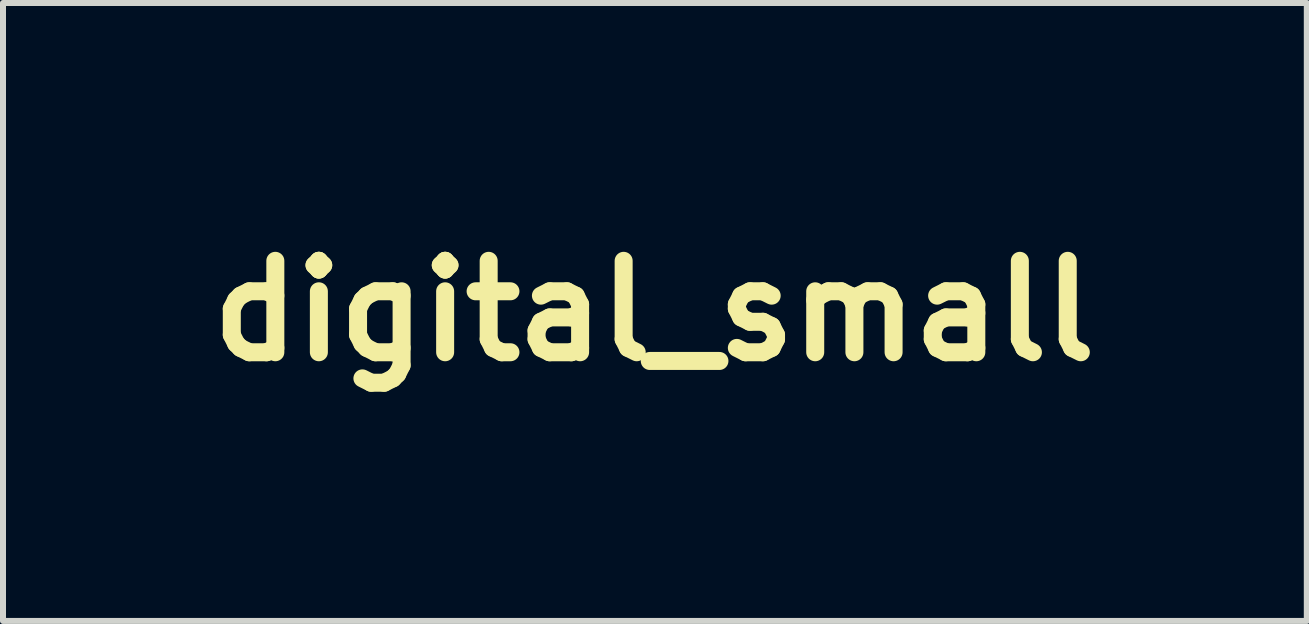
<source format=kicad_pcb>
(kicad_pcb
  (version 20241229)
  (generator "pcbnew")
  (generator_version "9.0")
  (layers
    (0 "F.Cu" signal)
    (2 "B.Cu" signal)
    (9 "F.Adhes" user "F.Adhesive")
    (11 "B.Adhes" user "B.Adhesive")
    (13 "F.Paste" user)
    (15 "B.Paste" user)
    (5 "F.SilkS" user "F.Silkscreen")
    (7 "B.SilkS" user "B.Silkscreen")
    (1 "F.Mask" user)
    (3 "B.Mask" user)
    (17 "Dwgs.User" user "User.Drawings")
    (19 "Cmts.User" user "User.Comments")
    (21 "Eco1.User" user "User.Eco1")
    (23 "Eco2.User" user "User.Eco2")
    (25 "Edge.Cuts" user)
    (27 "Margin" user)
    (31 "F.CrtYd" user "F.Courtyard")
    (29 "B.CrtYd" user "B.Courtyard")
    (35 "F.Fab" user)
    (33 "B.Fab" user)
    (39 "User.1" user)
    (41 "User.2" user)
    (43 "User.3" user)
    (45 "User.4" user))
  (footprint "digital_small"
    (layer "F.Cu")
    (at 7.853 2.132)
    (property "Reference" "digital_small" (at 0 0 0) (layer "F.SilkS") (effects (font (size 1.524 1.524) (thickness 0.3))))
    (attr through_hole)
    (fp_poly (pts (xy 6.887 -2.117) (xy 7.874 -2.108) (xy 7.874 2.144) (xy 6.887 2.153) (xy 5.901 2.163) (xy 5.901 -1.117) (xy 6.682 -1.117) (xy 6.682 1.297) (xy 7.073 1.297) (xy 7.073 -1.117) (xy 6.682 -1.117) (xy 5.901 -1.117) (xy 5.901 -2.127) (xy 6.887 -2.117)) (stroke (width 0.01) (type solid)) (fill yes) (layer "F.Mask"))
    (fp_poly (pts (xy 4.86 0.507) (xy 4.872 0.526) (xy 4.882 0.636) (xy 4.843 0.763) (xy 4.765 0.879) (xy 4.724 0.917) (xy 4.608 0.979) (xy 4.481 1.008) (xy 4.369 1) (xy 4.308 0.964) (xy 4.245 0.849) (xy 4.256 0.741) (xy 4.338 0.645) (xy 4.488 0.567) (xy 4.623 0.527) (xy 4.752 0.499) (xy 4.825 0.493) (xy 4.86 0.507)) (stroke (width 0.01) (type solid)) (fill yes) (layer "F.Mask"))
    (fp_poly (pts (xy -3.595 2.162) (xy -5.549 2.162) (xy -5.549 -0.396) (xy -4.767 -0.396) (xy -4.767 1.297) (xy -4.377 1.297) (xy -4.377 -0.396) (xy -4.767 -0.396) (xy -5.549 -0.396) (xy -5.549 -0.649) (xy -4.771 -0.649) (xy -4.373 -0.649) (xy -4.384 -0.856) (xy -4.396 -1.063) (xy -4.748 -1.063) (xy -4.76 -0.856) (xy -4.771 -0.649) (xy -5.549 -0.649) (xy -5.549 -2.126) (xy -3.595 -2.126) (xy -3.595 2.162)) (stroke (width 0.01) (type solid)) (fill yes) (layer "F.Mask"))
    (fp_poly (pts (xy 0.996 -2.108) (xy 0.996 2.144) (xy -0.977 2.163) (xy -0.977 -0.396) (xy -0.195 -0.396) (xy -0.195 1.297) (xy 0.234 1.297) (xy 0.234 -0.396) (xy -0.195 -0.396) (xy -0.977 -0.396) (xy -0.977 -0.649) (xy -0.199 -0.649) (xy 0.238 -0.649) (xy 0.227 -0.856) (xy 0.215 -1.063) (xy -0.176 -1.063) (xy -0.188 -0.856) (xy -0.199 -0.649) (xy -0.977 -0.649) (xy -0.977 -2.127) (xy 0.996 -2.108)) (stroke (width 0.01) (type solid)) (fill yes) (layer "F.Mask"))
    (fp_poly (pts (xy -2.116 -0.008) (xy -2.074 0.021) (xy -2.015 0.071) (xy -1.979 0.12) (xy -1.961 0.186) (xy -1.955 0.291) (xy -1.954 0.411) (xy -1.956 0.562) (xy -1.967 0.661) (xy -1.989 0.724) (xy -2.029 0.772) (xy -2.044 0.786) (xy -2.188 0.869) (xy -2.344 0.882) (xy -2.489 0.832) (xy -2.598 0.73) (xy -2.665 0.586) (xy -2.689 0.421) (xy -2.668 0.253) (xy -2.602 0.103) (xy -2.54 0.03) (xy -2.405 -0.054) (xy -2.262 -0.067) (xy -2.116 -0.008)) (stroke (width 0.01) (type solid)) (fill yes) (layer "F.Mask"))
    (fp_poly (pts (xy -6.775 -0.063) (xy -6.637 0.003) (xy -6.601 0.033) (xy -6.546 0.089) (xy -6.512 0.143) (xy -6.494 0.215) (xy -6.488 0.324) (xy -6.487 0.45) (xy -6.488 0.603) (xy -6.497 0.703) (xy -6.517 0.77) (xy -6.555 0.823) (xy -6.601 0.867) (xy -6.737 0.955) (xy -6.875 0.971) (xy -7.014 0.915) (xy -7.09 0.856) (xy -7.203 0.702) (xy -7.252 0.516) (xy -7.235 0.308) (xy -7.227 0.277) (xy -7.152 0.11) (xy -7.044 -0.005) (xy -6.915 -0.065) (xy -6.775 -0.063)) (stroke (width 0.01) (type solid)) (fill yes) (layer "F.Mask"))
    (fp_poly (pts (xy 3.282 2.162) (xy 1.329 2.162) (xy 1.329 -0.288) (xy 1.837 -0.288) (xy 1.842 -0.195) (xy 1.867 -0.154) (xy 1.926 -0.144) (xy 1.934 -0.144) (xy 2.032 -0.144) (xy 2.032 1.086) (xy 2.148 1.194) (xy 2.223 1.255) (xy 2.294 1.285) (xy 2.392 1.293) (xy 2.49 1.29) (xy 2.716 1.279) (xy 2.728 1.108) (xy 2.74 0.937) (xy 2.602 0.937) (xy 2.484 0.919) (xy 2.424 0.867) (xy 2.409 0.806) (xy 2.396 0.689) (xy 2.387 0.532) (xy 2.384 0.351) (xy 2.384 0.327) (xy 2.384 -0.144) (xy 2.696 -0.144) (xy 2.696 -0.432) (xy 2.384 -0.432) (xy 2.384 -1.045) (xy 2.032 -1.045) (xy 2.032 -0.739) (xy 2.031 -0.59) (xy 2.025 -0.5) (xy 2.01 -0.453) (xy 1.981 -0.435) (xy 1.934 -0.432) (xy 1.871 -0.424) (xy 1.843 -0.387) (xy 1.837 -0.301) (xy 1.837 -0.288) (xy 1.329 -0.288) (xy 1.329 -2.126) (xy 3.282 -2.126) (xy 3.282 2.162)) (stroke (width 0.01) (type solid)) (fill yes) (layer "F.Mask"))
    (fp_poly (pts (xy -5.871 0.027) (xy -5.861 2.162) (xy -6.839 2.162) (xy -7.159 2.161) (xy -7.408 2.158) (xy -7.593 2.153) (xy -7.721 2.145) (xy -7.799 2.135) (xy -7.834 2.121) (xy -7.837 2.117) (xy -7.84 2.073) (xy -7.842 1.964) (xy -7.845 1.796) (xy -7.846 1.576) (xy -7.847 1.31) (xy -7.848 1.004) (xy -7.847 0.665) (xy -7.847 0.359) (xy -7.634 0.359) (xy -7.629 0.607) (xy -7.577 0.844) (xy -7.478 1.051) (xy -7.414 1.135) (xy -7.245 1.277) (xy -7.053 1.353) (xy -6.85 1.363) (xy -6.645 1.303) (xy -6.633 1.297) (xy -6.544 1.261) (xy -6.492 1.254) (xy -6.487 1.261) (xy -6.451 1.281) (xy -6.36 1.294) (xy -6.272 1.297) (xy -6.057 1.297) (xy -6.057 -1.085) (xy -6.262 -1.074) (xy -6.467 -1.063) (xy -6.478 -0.689) (xy -6.484 -0.523) (xy -6.491 -0.418) (xy -6.502 -0.364) (xy -6.52 -0.349) (xy -6.547 -0.364) (xy -6.563 -0.377) (xy -6.69 -0.439) (xy -6.856 -0.459) (xy -7.037 -0.44) (xy -7.212 -0.386) (xy -7.356 -0.298) (xy -7.378 -0.278) (xy -7.508 -0.101) (xy -7.594 0.117) (xy -7.634 0.359) (xy -7.847 0.359) (xy -7.846 0.3) (xy -7.845 -0.018) (xy -7.835 -2.108) (xy -5.881 -2.108) (xy -5.871 0.027)) (stroke (width 0.01) (type solid)) (fill yes) (layer "F.Mask"))
    (fp_poly (pts (xy -1.29 2.162) (xy -2.268 2.162) (xy -2.588 2.161) (xy -2.836 2.158) (xy -3.021 2.153) (xy -3.149 2.145) (xy -3.227 2.135) (xy -3.262 2.121) (xy -3.265 2.117) (xy -3.268 2.073) (xy -3.27 1.964) (xy -3.273 1.796) (xy -3.274 1.576) (xy -3.275 1.31) (xy -3.276 1.004) (xy -3.275 0.665) (xy -3.275 0.486) (xy -3.064 0.486) (xy -3.023 0.7) (xy -2.938 0.887) (xy -2.815 1.039) (xy -2.662 1.15) (xy -2.488 1.211) (xy -2.3 1.216) (xy -2.112 1.158) (xy -1.954 1.082) (xy -1.954 1.187) (xy -1.969 1.318) (xy -2.024 1.404) (xy -2.113 1.46) (xy -2.246 1.501) (xy -2.38 1.505) (xy -2.492 1.476) (xy -2.564 1.418) (xy -2.579 1.367) (xy -2.614 1.348) (xy -2.706 1.336) (xy -2.794 1.333) (xy -2.927 1.338) (xy -2.992 1.361) (xy -2.999 1.415) (xy -2.957 1.513) (xy -2.947 1.533) (xy -2.837 1.666) (xy -2.668 1.753) (xy -2.443 1.792) (xy -2.281 1.791) (xy -2.073 1.769) (xy -1.92 1.725) (xy -1.865 1.698) (xy -1.783 1.65) (xy -1.719 1.603) (xy -1.67 1.549) (xy -1.634 1.477) (xy -1.609 1.381) (xy -1.592 1.249) (xy -1.582 1.073) (xy -1.576 0.845) (xy -1.571 0.555) (xy -1.57 0.513) (xy -1.558 -0.396) (xy -1.738 -0.396) (xy -1.873 -0.385) (xy -1.936 -0.35) (xy -1.939 -0.344) (xy -1.964 -0.316) (xy -2.014 -0.322) (xy -2.103 -0.362) (xy -2.256 -0.419) (xy -2.398 -0.425) (xy -2.562 -0.38) (xy -2.57 -0.377) (xy -2.763 -0.276) (xy -2.903 -0.138) (xy -2.999 0.047) (xy -3.051 0.254) (xy -3.064 0.486) (xy -3.275 0.486) (xy -3.274 0.3) (xy -3.273 -0.018) (xy -3.263 -2.108) (xy -1.29 -2.127) (xy -1.29 2.162)) (stroke (width 0.01) (type solid)) (fill yes) (layer "F.Mask"))
    (fp_poly (pts (xy 5.579 0.027) (xy 5.589 2.162) (xy 4.61 2.162) (xy 4.29 2.161) (xy 4.041 2.158) (xy 3.857 2.153) (xy 3.729 2.145) (xy 3.651 2.135) (xy 3.616 2.121) (xy 3.613 2.117) (xy 3.61 2.073) (xy 3.607 1.964) (xy 3.605 1.796) (xy 3.603 1.576) (xy 3.602 1.31) (xy 3.602 1.004) (xy 3.602 0.855) (xy 3.859 0.855) (xy 3.896 1.028) (xy 3.993 1.168) (xy 4.134 1.269) (xy 4.308 1.323) (xy 4.5 1.325) (xy 4.697 1.267) (xy 4.701 1.265) (xy 4.794 1.226) (xy 4.837 1.224) (xy 4.846 1.247) (xy 4.871 1.279) (xy 4.953 1.294) (xy 5.051 1.297) (xy 5.256 1.297) (xy 5.244 0.588) (xy 5.237 0.312) (xy 5.227 0.098) (xy 5.211 -0.062) (xy 5.187 -0.179) (xy 5.151 -0.261) (xy 5.101 -0.317) (xy 5.035 -0.358) (xy 4.981 -0.381) (xy 4.825 -0.418) (xy 4.634 -0.432) (xy 4.44 -0.422) (xy 4.275 -0.389) (xy 4.224 -0.369) (xy 4.094 -0.274) (xy 3.996 -0.137) (xy 3.949 0.013) (xy 3.947 0.044) (xy 3.954 0.109) (xy 3.99 0.137) (xy 4.078 0.144) (xy 4.103 0.144) (xy 4.208 0.137) (xy 4.267 0.104) (xy 4.312 0.025) (xy 4.315 0.02) (xy 4.375 -0.073) (xy 4.464 -0.119) (xy 4.501 -0.126) (xy 4.66 -0.13) (xy 4.783 -0.085) (xy 4.856 0.002) (xy 4.862 0.021) (xy 4.872 0.101) (xy 4.857 0.146) (xy 4.807 0.167) (xy 4.701 0.2) (xy 4.56 0.239) (xy 4.514 0.251) (xy 4.264 0.324) (xy 4.082 0.404) (xy 3.96 0.499) (xy 3.89 0.619) (xy 3.861 0.771) (xy 3.859 0.855) (xy 3.602 0.855) (xy 3.602 0.665) (xy 3.603 0.3) (xy 3.604 -0.018) (xy 3.615 -2.108) (xy 5.568 -2.108) (xy 5.579 0.027)) (stroke (width 0.01) (type solid)) (fill yes) (layer "F.Mask")))
  (gr_rect
    (start -3 -3)
    (end 18.732 7.3)
    (stroke (width 0.1) (type default))
    (fill no)
    (layer "Edge.Cuts")))
</source>
